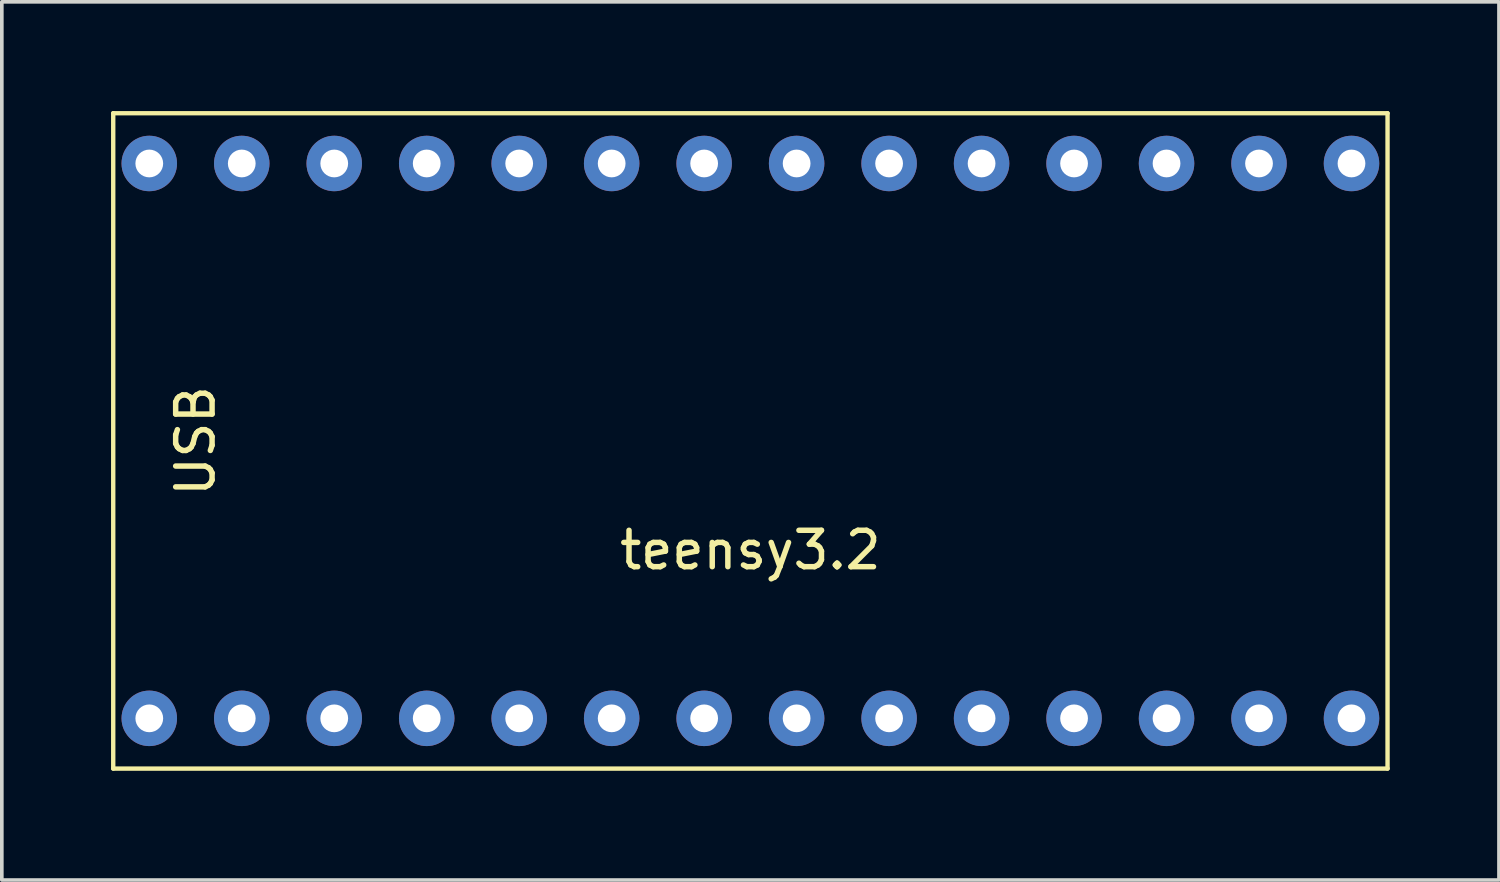
<source format=kicad_pcb>
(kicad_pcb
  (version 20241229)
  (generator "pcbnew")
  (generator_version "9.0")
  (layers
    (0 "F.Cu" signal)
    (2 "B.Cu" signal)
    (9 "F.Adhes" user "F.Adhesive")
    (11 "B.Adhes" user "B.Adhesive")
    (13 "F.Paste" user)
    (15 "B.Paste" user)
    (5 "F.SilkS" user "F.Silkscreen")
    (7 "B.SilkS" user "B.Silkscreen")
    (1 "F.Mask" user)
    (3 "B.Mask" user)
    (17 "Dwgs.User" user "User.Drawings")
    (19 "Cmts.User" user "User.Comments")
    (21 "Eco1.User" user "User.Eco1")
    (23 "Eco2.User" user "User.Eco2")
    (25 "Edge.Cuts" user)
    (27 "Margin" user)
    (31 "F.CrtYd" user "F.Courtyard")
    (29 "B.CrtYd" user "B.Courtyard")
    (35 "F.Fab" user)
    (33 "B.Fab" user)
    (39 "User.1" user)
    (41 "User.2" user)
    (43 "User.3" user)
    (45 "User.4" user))
  (footprint "teensy3.2"
    (layer "F.Cu")
    (at 17.56 9.06)
    (property "Reference" "teensy3.2" (at 0 3 0) (layer "F.SilkS") (effects (font (size 1 1) (thickness 0.15))))
    (attr through_hole)
    (fp_line (start -17.5 -9) (end -17.5 9) (stroke (width 0.12) (type solid)) (layer "F.SilkS"))
    (fp_line (start 17.5 -9) (end -17.5 -9) (stroke (width 0.12) (type solid)) (layer "F.SilkS"))
    (fp_line (start 17.5 9) (end -17.5 9) (stroke (width 0.12) (type solid)) (layer "F.SilkS"))
    (fp_line (start 17.5 9) (end 17.5 -9) (stroke (width 0.12) (type solid)) (layer "F.SilkS"))
    (fp_text user "USB" (at -15.24 0 90) (layer "F.SilkS") (effects (font (size 1 1) (thickness 0.15))))
    (pad "1" thru_hole circle (at -16.51 7.62) (size 1.524 1.524) (drill 0.762) (layers "*.Cu" "*.Mask"))
    (pad "2" thru_hole circle (at -13.97 7.62) (size 1.524 1.524) (drill 0.762) (layers "*.Cu" "*.Mask"))
    (pad "3" thru_hole circle (at -11.43 7.62) (size 1.524 1.524) (drill 0.762) (layers "*.Cu" "*.Mask"))
    (pad "4" thru_hole circle (at -8.89 7.62) (size 1.524 1.524) (drill 0.762) (layers "*.Cu" "*.Mask"))
    (pad "5" thru_hole circle (at -6.35 7.62) (size 1.524 1.524) (drill 0.762) (layers "*.Cu" "*.Mask"))
    (pad "6" thru_hole circle (at -3.81 7.62) (size 1.524 1.524) (drill 0.762) (layers "*.Cu" "*.Mask"))
    (pad "7" thru_hole circle (at -1.27 7.62) (size 1.524 1.524) (drill 0.762) (layers "*.Cu" "*.Mask"))
    (pad "8" thru_hole circle (at 1.27 7.62) (size 1.524 1.524) (drill 0.762) (layers "*.Cu" "*.Mask"))
    (pad "9" thru_hole circle (at 3.81 7.62) (size 1.524 1.524) (drill 0.762) (layers "*.Cu" "*.Mask"))
    (pad "10" thru_hole circle (at 6.35 7.62) (size 1.524 1.524) (drill 0.762) (layers "*.Cu" "*.Mask"))
    (pad "11" thru_hole circle (at 8.89 7.62) (size 1.524 1.524) (drill 0.762) (layers "*.Cu" "*.Mask"))
    (pad "12" thru_hole circle (at 11.43 7.62) (size 1.524 1.524) (drill 0.762) (layers "*.Cu" "*.Mask"))
    (pad "13" thru_hole circle (at 13.97 7.62) (size 1.524 1.524) (drill 0.762) (layers "*.Cu" "*.Mask"))
    (pad "14" thru_hole circle (at 16.51 7.62) (size 1.524 1.524) (drill 0.762) (layers "*.Cu" "*.Mask"))
    (pad "15" thru_hole circle (at 16.51 -7.62) (size 1.524 1.524) (drill 0.762) (layers "*.Cu" "*.Mask"))
    (pad "16" thru_hole circle (at 13.97 -7.62) (size 1.524 1.524) (drill 0.762) (layers "*.Cu" "*.Mask"))
    (pad "17" thru_hole circle (at 11.43 -7.62) (size 1.524 1.524) (drill 0.762) (layers "*.Cu" "*.Mask"))
    (pad "18" thru_hole circle (at 8.89 -7.62) (size 1.524 1.524) (drill 0.762) (layers "*.Cu" "*.Mask"))
    (pad "19" thru_hole circle (at 6.35 -7.62) (size 1.524 1.524) (drill 0.762) (layers "*.Cu" "*.Mask"))
    (pad "20" thru_hole circle (at 3.81 -7.62) (size 1.524 1.524) (drill 0.762) (layers "*.Cu" "*.Mask"))
    (pad "21" thru_hole circle (at 1.27 -7.62) (size 1.524 1.524) (drill 0.762) (layers "*.Cu" "*.Mask"))
    (pad "22" thru_hole circle (at -1.27 -7.62) (size 1.524 1.524) (drill 0.762) (layers "*.Cu" "*.Mask"))
    (pad "23" thru_hole circle (at -3.81 -7.62) (size 1.524 1.524) (drill 0.762) (layers "*.Cu" "*.Mask"))
    (pad "24" thru_hole circle (at -6.35 -7.62) (size 1.524 1.524) (drill 0.762) (layers "*.Cu" "*.Mask"))
    (pad "25" thru_hole circle (at -8.89 -7.62) (size 1.524 1.524) (drill 0.762) (layers "*.Cu" "*.Mask"))
    (pad "26" thru_hole circle (at -11.43 -7.62) (size 1.524 1.524) (drill 0.762) (layers "*.Cu" "*.Mask"))
    (pad "27" thru_hole circle (at -13.97 -7.62) (size 1.524 1.524) (drill 0.762) (layers "*.Cu" "*.Mask"))
    (pad "28" thru_hole circle (at -16.51 -7.62) (size 1.524 1.524) (drill 0.762) (layers "*.Cu" "*.Mask")))
  (gr_rect
    (start -3 -3)
    (end 38.12 21.12)
    (stroke (width 0.1) (type default))
    (fill no)
    (layer "Edge.Cuts")))
</source>
